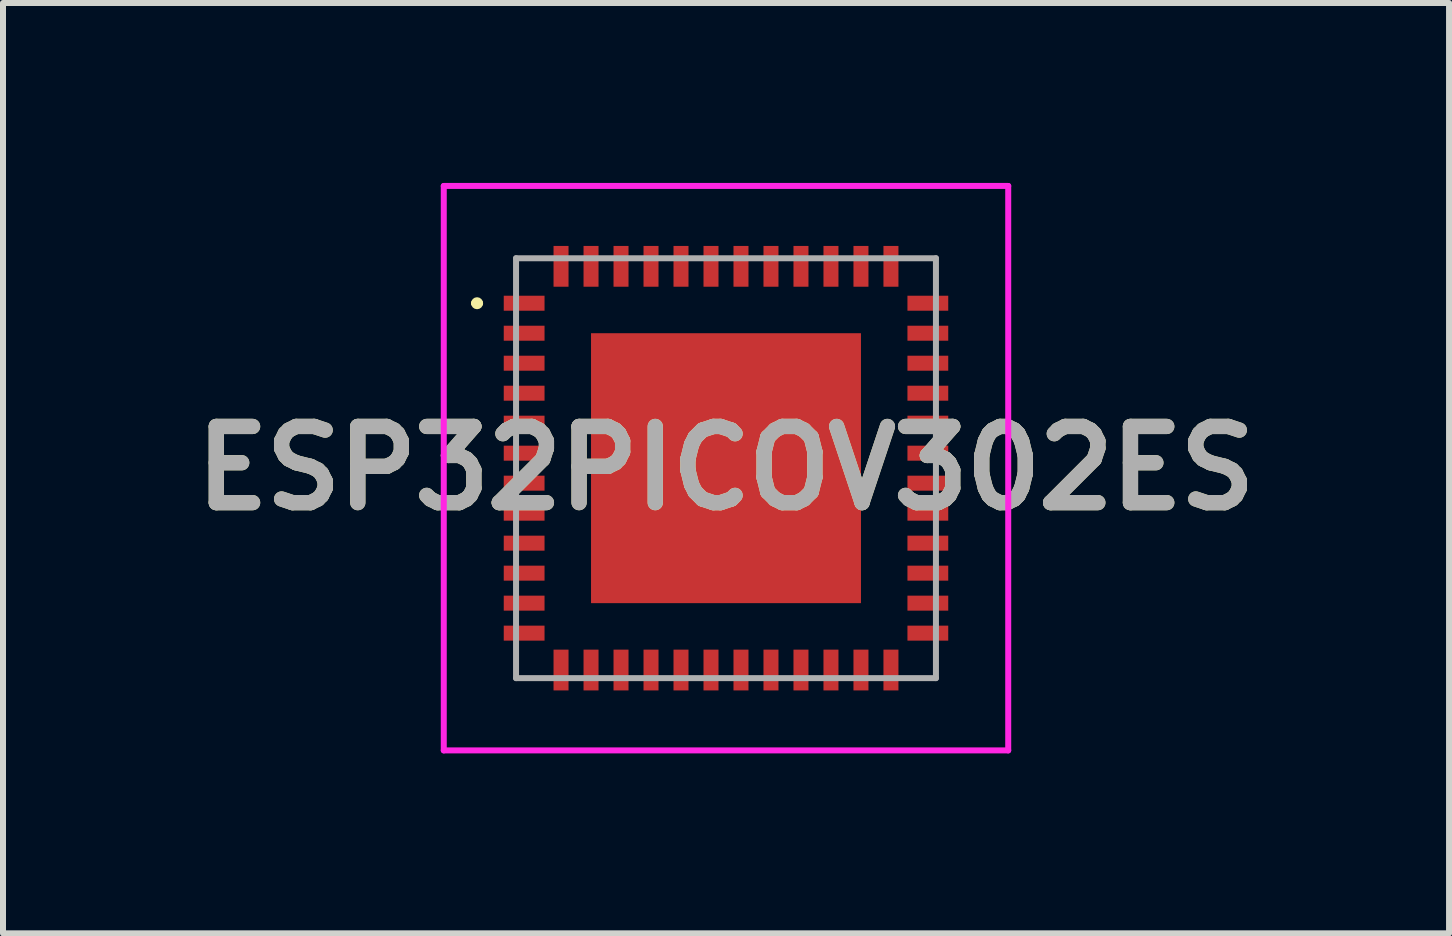
<source format=kicad_pcb>
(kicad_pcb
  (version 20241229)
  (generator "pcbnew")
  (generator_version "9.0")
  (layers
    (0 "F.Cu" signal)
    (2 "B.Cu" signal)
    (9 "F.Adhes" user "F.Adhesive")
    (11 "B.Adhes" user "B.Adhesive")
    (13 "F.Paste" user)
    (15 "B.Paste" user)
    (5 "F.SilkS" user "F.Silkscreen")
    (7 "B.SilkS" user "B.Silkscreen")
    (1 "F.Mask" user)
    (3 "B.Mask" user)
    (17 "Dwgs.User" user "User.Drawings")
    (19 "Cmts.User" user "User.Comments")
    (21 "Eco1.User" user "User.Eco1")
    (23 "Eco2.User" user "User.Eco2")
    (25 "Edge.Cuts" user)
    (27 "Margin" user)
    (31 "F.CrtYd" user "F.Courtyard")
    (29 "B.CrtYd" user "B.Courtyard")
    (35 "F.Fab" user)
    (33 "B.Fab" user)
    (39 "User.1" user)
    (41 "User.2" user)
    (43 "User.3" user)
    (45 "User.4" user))
  (footprint "ESP32PICOV302ES"
    (layer "F.Cu")
    (at 9.053 4.755)
    (property "Reference" "ESP32PICOV302ES" (at 0 0 0) (layer "F.SilkS") (effects (font (size 1.27 1.27) (thickness 0.254))))
    (attr smd)
    (fp_line (start -4.2 -2.75) (end -4.2 -2.75) (stroke (width 0.1) (type solid)) (layer "F.SilkS"))
    (fp_line (start -4.1 -2.75) (end -4.1 -2.75) (stroke (width 0.1) (type solid)) (layer "F.SilkS"))
    (fp_arc (start -4.2 -2.75) (mid -4.15 -2.8) (end -4.1 -2.75) (stroke (width 0.1) (type solid)) (layer "F.SilkS"))
    (fp_arc (start -4.1 -2.75) (mid -4.15 -2.7) (end -4.2 -2.75) (stroke (width 0.1) (type solid)) (layer "F.SilkS"))
    (fp_line (start -4.705 -4.705) (end 4.705 -4.705) (stroke (width 0.1) (type solid)) (layer "F.CrtYd"))
    (fp_line (start -4.705 4.705) (end -4.705 -4.705) (stroke (width 0.1) (type solid)) (layer "F.CrtYd"))
    (fp_line (start 4.705 -4.705) (end 4.705 4.705) (stroke (width 0.1) (type solid)) (layer "F.CrtYd"))
    (fp_line (start 4.705 4.705) (end -4.705 4.705) (stroke (width 0.1) (type solid)) (layer "F.CrtYd"))
    (fp_line (start -3.5 -3.5) (end 3.5 -3.5) (stroke (width 0.1) (type solid)) (layer "F.Fab"))
    (fp_line (start -3.5 3.5) (end -3.5 -3.5) (stroke (width 0.1) (type solid)) (layer "F.Fab"))
    (fp_line (start 3.5 -3.5) (end 3.5 3.5) (stroke (width 0.1) (type solid)) (layer "F.Fab"))
    (fp_line (start 3.5 3.5) (end -3.5 3.5) (stroke (width 0.1) (type solid)) (layer "F.Fab"))
    (fp_text user "${REFERENCE}" (at 0 0 0) (layer "F.Fab") (effects (font (size 1.27 1.27) (thickness 0.254))))
    (pad "1" smd rect (at -3.365 -2.75 90) (size 0.25 0.68) (layers "F.Cu" "F.Mask" "F.Paste"))
    (pad "2" smd rect (at -3.365 -2.25 90) (size 0.25 0.68) (layers "F.Cu" "F.Mask" "F.Paste"))
    (pad "3" smd rect (at -3.365 -1.75 90) (size 0.25 0.68) (layers "F.Cu" "F.Mask" "F.Paste"))
    (pad "4" smd rect (at -3.365 -1.25 90) (size 0.25 0.68) (layers "F.Cu" "F.Mask" "F.Paste"))
    (pad "5" smd rect (at -3.365 -0.75 90) (size 0.25 0.68) (layers "F.Cu" "F.Mask" "F.Paste"))
    (pad "6" smd rect (at -3.365 -0.25 90) (size 0.25 0.68) (layers "F.Cu" "F.Mask" "F.Paste"))
    (pad "7" smd rect (at -3.365 0.25 90) (size 0.25 0.68) (layers "F.Cu" "F.Mask" "F.Paste"))
    (pad "8" smd rect (at -3.365 0.75 90) (size 0.25 0.68) (layers "F.Cu" "F.Mask" "F.Paste"))
    (pad "9" smd rect (at -3.365 1.25 90) (size 0.25 0.68) (layers "F.Cu" "F.Mask" "F.Paste"))
    (pad "10" smd rect (at -3.365 1.75 90) (size 0.25 0.68) (layers "F.Cu" "F.Mask" "F.Paste"))
    (pad "11" smd rect (at -3.365 2.25 90) (size 0.25 0.68) (layers "F.Cu" "F.Mask" "F.Paste"))
    (pad "12" smd rect (at -3.365 2.75 90) (size 0.25 0.68) (layers "F.Cu" "F.Mask" "F.Paste"))
    (pad "13" smd rect (at -2.75 3.365) (size 0.25 0.68) (layers "F.Cu" "F.Mask" "F.Paste"))
    (pad "14" smd rect (at -2.25 3.365) (size 0.25 0.68) (layers "F.Cu" "F.Mask" "F.Paste"))
    (pad "15" smd rect (at -1.75 3.365) (size 0.25 0.68) (layers "F.Cu" "F.Mask" "F.Paste"))
    (pad "16" smd rect (at -1.25 3.365) (size 0.25 0.68) (layers "F.Cu" "F.Mask" "F.Paste"))
    (pad "17" smd rect (at -0.75 3.365) (size 0.25 0.68) (layers "F.Cu" "F.Mask" "F.Paste"))
    (pad "18" smd rect (at -0.25 3.365) (size 0.25 0.68) (layers "F.Cu" "F.Mask" "F.Paste"))
    (pad "19" smd rect (at 0.25 3.365) (size 0.25 0.68) (layers "F.Cu" "F.Mask" "F.Paste"))
    (pad "20" smd rect (at 0.75 3.365) (size 0.25 0.68) (layers "F.Cu" "F.Mask" "F.Paste"))
    (pad "21" smd rect (at 1.25 3.365) (size 0.25 0.68) (layers "F.Cu" "F.Mask" "F.Paste"))
    (pad "22" smd rect (at 1.75 3.365) (size 0.25 0.68) (layers "F.Cu" "F.Mask" "F.Paste"))
    (pad "23" smd rect (at 2.25 3.365) (size 0.25 0.68) (layers "F.Cu" "F.Mask" "F.Paste"))
    (pad "24" smd rect (at 2.75 3.365) (size 0.25 0.68) (layers "F.Cu" "F.Mask" "F.Paste"))
    (pad "25" smd rect (at 3.365 2.75 90) (size 0.25 0.68) (layers "F.Cu" "F.Mask" "F.Paste"))
    (pad "26" smd rect (at 3.365 2.25 90) (size 0.25 0.68) (layers "F.Cu" "F.Mask" "F.Paste"))
    (pad "27" smd rect (at 3.365 1.75 90) (size 0.25 0.68) (layers "F.Cu" "F.Mask" "F.Paste"))
    (pad "28" smd rect (at 3.365 1.25 90) (size 0.25 0.68) (layers "F.Cu" "F.Mask" "F.Paste"))
    (pad "29" smd rect (at 3.365 0.75 90) (size 0.25 0.68) (layers "F.Cu" "F.Mask" "F.Paste"))
    (pad "30" smd rect (at 3.365 0.25 90) (size 0.25 0.68) (layers "F.Cu" "F.Mask" "F.Paste"))
    (pad "31" smd rect (at 3.365 -0.25 90) (size 0.25 0.68) (layers "F.Cu" "F.Mask" "F.Paste"))
    (pad "32" smd rect (at 3.365 -0.75 90) (size 0.25 0.68) (layers "F.Cu" "F.Mask" "F.Paste"))
    (pad "33" smd rect (at 3.365 -1.25 90) (size 0.25 0.68) (layers "F.Cu" "F.Mask" "F.Paste"))
    (pad "34" smd rect (at 3.365 -1.75 90) (size 0.25 0.68) (layers "F.Cu" "F.Mask" "F.Paste"))
    (pad "35" smd rect (at 3.365 -2.25 90) (size 0.25 0.68) (layers "F.Cu" "F.Mask" "F.Paste"))
    (pad "36" smd rect (at 3.365 -2.75 90) (size 0.25 0.68) (layers "F.Cu" "F.Mask" "F.Paste"))
    (pad "37" smd rect (at 2.75 -3.365) (size 0.25 0.68) (layers "F.Cu" "F.Mask" "F.Paste"))
    (pad "38" smd rect (at 2.25 -3.365) (size 0.25 0.68) (layers "F.Cu" "F.Mask" "F.Paste"))
    (pad "39" smd rect (at 1.75 -3.365) (size 0.25 0.68) (layers "F.Cu" "F.Mask" "F.Paste"))
    (pad "40" smd rect (at 1.25 -3.365) (size 0.25 0.68) (layers "F.Cu" "F.Mask" "F.Paste"))
    (pad "41" smd rect (at 0.75 -3.365) (size 0.25 0.68) (layers "F.Cu" "F.Mask" "F.Paste"))
    (pad "42" smd rect (at 0.25 -3.365) (size 0.25 0.68) (layers "F.Cu" "F.Mask" "F.Paste"))
    (pad "43" smd rect (at -0.25 -3.365) (size 0.25 0.68) (layers "F.Cu" "F.Mask" "F.Paste"))
    (pad "44" smd rect (at -0.75 -3.365) (size 0.25 0.68) (layers "F.Cu" "F.Mask" "F.Paste"))
    (pad "45" smd rect (at -1.25 -3.365) (size 0.25 0.68) (layers "F.Cu" "F.Mask" "F.Paste"))
    (pad "46" smd rect (at -1.75 -3.365) (size 0.25 0.68) (layers "F.Cu" "F.Mask" "F.Paste"))
    (pad "47" smd rect (at -2.25 -3.365) (size 0.25 0.68) (layers "F.Cu" "F.Mask" "F.Paste"))
    (pad "48" smd rect (at -2.75 -3.365) (size 0.25 0.68) (layers "F.Cu" "F.Mask" "F.Paste"))
    (pad "49" smd rect (at 0 0) (size 4.5 4.5) (layers "F.Cu" "F.Mask" "F.Paste")))
  (gr_rect
    (start -3 -3)
    (end 21.107 12.51)
    (stroke (width 0.1) (type default))
    (fill no)
    (layer "Edge.Cuts")))
</source>
